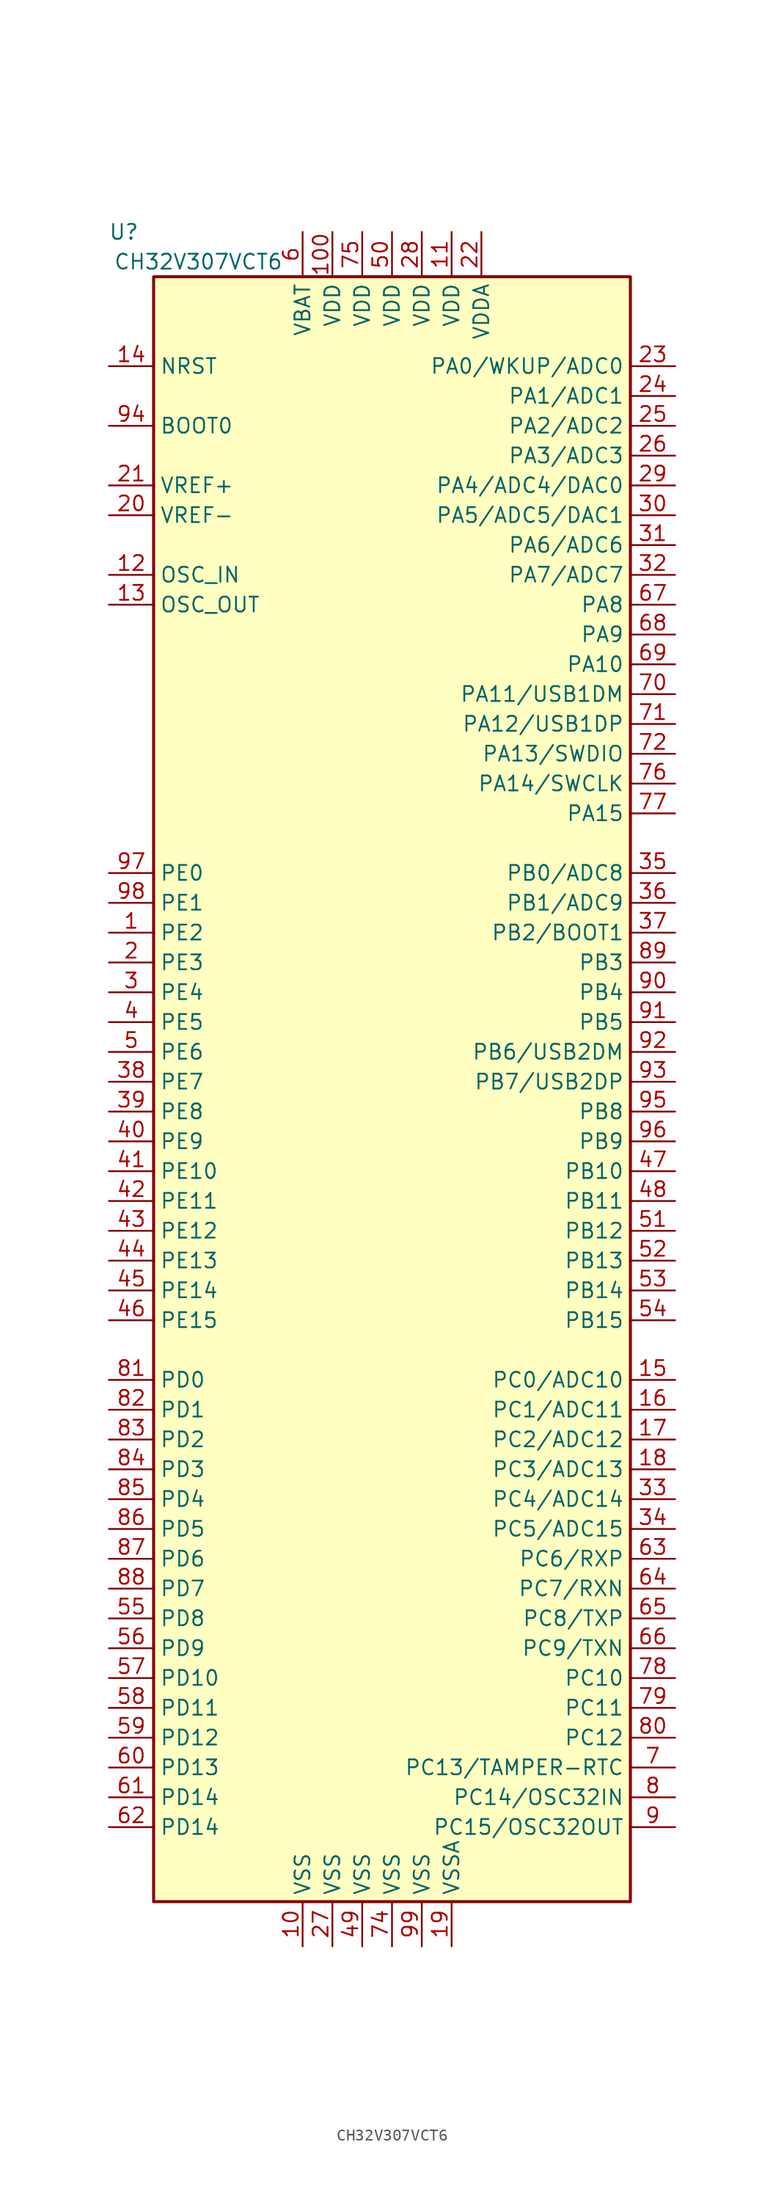
<source format=kicad_sym>
(kicad_symbol_lib
  (version 20220914)
  (generator kicad_symbol_editor)
  (symbol "CH32V307VCT6"
    (property "Reference" "U"
      (at 1.27 11.43 0)
      (effects (font (size 1.27 1.27))))
    (property "Value" "CH32V307VCT6"
      (at 7.62 8.89 0)
      (effects (font (size 1.27 1.27))))
    (symbol "CH32V307VCT6_0_1"
      (rectangle (start 3.81 7.62) (end 44.45 -130.81) (stroke (width 0.254) (type default)) (fill (type background))))
    (symbol "CH32V307VCT6_1_1"
      (pin bidirectional line (at 0 -48.26 0) (length 3.81) (name "PE2" (effects (font (size 1.27 1.27)))) (number "1" (effects (font (size 1.27 1.27)))))
      (pin power_in line (at 16.51 -134.62 90) (length 3.81) (name "VSS" (effects (font (size 1.27 1.27)))) (number "10" (effects (font (size 1.27 1.27)))))
      (pin power_in line (at 19.05 11.43 270) (length 3.81) (name "VDD" (effects (font (size 1.27 1.27)))) (number "100" (effects (font (size 1.27 1.27)))))
      (pin power_in line (at 29.21 11.43 270) (length 3.81) (name "VDD" (effects (font (size 1.27 1.27)))) (number "11" (effects (font (size 1.27 1.27)))))
      (pin bidirectional line (at 0 -17.78 0) (length 3.81) (name "OSC_IN" (effects (font (size 1.27 1.27)))) (number "12" (effects (font (size 1.27 1.27)))))
      (pin bidirectional line (at 0 -20.32 0) (length 3.81) (name "OSC_OUT" (effects (font (size 1.27 1.27)))) (number "13" (effects (font (size 1.27 1.27)))))
      (pin bidirectional line (at 0 0 0) (length 3.81) (name "NRST" (effects (font (size 1.27 1.27)))) (number "14" (effects (font (size 1.27 1.27)))))
      (pin bidirectional line (at 48.26 -86.36 180) (length 3.81) (name "PC0/ADC10" (effects (font (size 1.27 1.27)))) (number "15" (effects (font (size 1.27 1.27)))))
      (pin bidirectional line (at 48.26 -88.9 180) (length 3.81) (name "PC1/ADC11" (effects (font (size 1.27 1.27)))) (number "16" (effects (font (size 1.27 1.27)))))
      (pin bidirectional line (at 48.26 -91.44 180) (length 3.81) (name "PC2/ADC12" (effects (font (size 1.27 1.27)))) (number "17" (effects (font (size 1.27 1.27)))))
      (pin bidirectional line (at 48.26 -93.98 180) (length 3.81) (name "PC3/ADC13" (effects (font (size 1.27 1.27)))) (number "18" (effects (font (size 1.27 1.27)))))
      (pin power_in line (at 29.21 -134.62 90) (length 3.81) (name "VSSA" (effects (font (size 1.27 1.27)))) (number "19" (effects (font (size 1.27 1.27)))))
      (pin bidirectional line (at 0 -50.8 0) (length 3.81) (name "PE3" (effects (font (size 1.27 1.27)))) (number "2" (effects (font (size 1.27 1.27)))))
      (pin power_in line (at 0 -12.7 0) (length 3.81) (name "VREF-" (effects (font (size 1.27 1.27)))) (number "20" (effects (font (size 1.27 1.27)))))
      (pin power_in line (at 0 -10.16 0) (length 3.81) (name "VREF+" (effects (font (size 1.27 1.27)))) (number "21" (effects (font (size 1.27 1.27)))))
      (pin power_in line (at 31.75 11.43 270) (length 3.81) (name "VDDA" (effects (font (size 1.27 1.27)))) (number "22" (effects (font (size 1.27 1.27)))))
      (pin bidirectional line (at 48.26 0 180) (length 3.81) (name "PA0/WKUP/ADC0" (effects (font (size 1.27 1.27)))) (number "23" (effects (font (size 1.27 1.27)))))
      (pin bidirectional line (at 48.26 -2.54 180) (length 3.81) (name "PA1/ADC1" (effects (font (size 1.27 1.27)))) (number "24" (effects (font (size 1.27 1.27)))))
      (pin bidirectional line (at 48.26 -5.08 180) (length 3.81) (name "PA2/ADC2" (effects (font (size 1.27 1.27)))) (number "25" (effects (font (size 1.27 1.27)))))
      (pin bidirectional line (at 48.26 -7.62 180) (length 3.81) (name "PA3/ADC3" (effects (font (size 1.27 1.27)))) (number "26" (effects (font (size 1.27 1.27)))))
      (pin power_in line (at 19.05 -134.62 90) (length 3.81) (name "VSS" (effects (font (size 1.27 1.27)))) (number "27" (effects (font (size 1.27 1.27)))))
      (pin power_in line (at 26.67 11.43 270) (length 3.81) (name "VDD" (effects (font (size 1.27 1.27)))) (number "28" (effects (font (size 1.27 1.27)))))
      (pin bidirectional line (at 48.26 -10.16 180) (length 3.81) (name "PA4/ADC4/DAC0" (effects (font (size 1.27 1.27)))) (number "29" (effects (font (size 1.27 1.27)))))
      (pin bidirectional line (at 0 -53.34 0) (length 3.81) (name "PE4" (effects (font (size 1.27 1.27)))) (number "3" (effects (font (size 1.27 1.27)))))
      (pin bidirectional line (at 48.26 -12.7 180) (length 3.81) (name "PA5/ADC5/DAC1" (effects (font (size 1.27 1.27)))) (number "30" (effects (font (size 1.27 1.27)))))
      (pin bidirectional line (at 48.26 -15.24 180) (length 3.81) (name "PA6/ADC6" (effects (font (size 1.27 1.27)))) (number "31" (effects (font (size 1.27 1.27)))))
      (pin bidirectional line (at 48.26 -17.78 180) (length 3.81) (name "PA7/ADC7" (effects (font (size 1.27 1.27)))) (number "32" (effects (font (size 1.27 1.27)))))
      (pin bidirectional line (at 48.26 -96.52 180) (length 3.81) (name "PC4/ADC14" (effects (font (size 1.27 1.27)))) (number "33" (effects (font (size 1.27 1.27)))))
      (pin bidirectional line (at 48.26 -99.06 180) (length 3.81) (name "PC5/ADC15" (effects (font (size 1.27 1.27)))) (number "34" (effects (font (size 1.27 1.27)))))
      (pin bidirectional line (at 48.26 -43.18 180) (length 3.81) (name "PB0/ADC8" (effects (font (size 1.27 1.27)))) (number "35" (effects (font (size 1.27 1.27)))))
      (pin bidirectional line (at 48.26 -45.72 180) (length 3.81) (name "PB1/ADC9" (effects (font (size 1.27 1.27)))) (number "36" (effects (font (size 1.27 1.27)))))
      (pin bidirectional line (at 48.26 -48.26 180) (length 3.81) (name "PB2/BOOT1" (effects (font (size 1.27 1.27)))) (number "37" (effects (font (size 1.27 1.27)))))
      (pin bidirectional line (at 0 -60.96 0) (length 3.81) (name "PE7" (effects (font (size 1.27 1.27)))) (number "38" (effects (font (size 1.27 1.27)))))
      (pin bidirectional line (at 0 -63.5 0) (length 3.81) (name "PE8" (effects (font (size 1.27 1.27)))) (number "39" (effects (font (size 1.27 1.27)))))
      (pin bidirectional line (at 0 -55.88 0) (length 3.81) (name "PE5" (effects (font (size 1.27 1.27)))) (number "4" (effects (font (size 1.27 1.27)))))
      (pin bidirectional line (at 0 -66.04 0) (length 3.81) (name "PE9" (effects (font (size 1.27 1.27)))) (number "40" (effects (font (size 1.27 1.27)))))
      (pin bidirectional line (at 0 -68.58 0) (length 3.81) (name "PE10" (effects (font (size 1.27 1.27)))) (number "41" (effects (font (size 1.27 1.27)))))
      (pin bidirectional line (at 0 -71.12 0) (length 3.81) (name "PE11" (effects (font (size 1.27 1.27)))) (number "42" (effects (font (size 1.27 1.27)))))
      (pin bidirectional line (at 0 -73.66 0) (length 3.81) (name "PE12" (effects (font (size 1.27 1.27)))) (number "43" (effects (font (size 1.27 1.27)))))
      (pin bidirectional line (at 0 -76.2 0) (length 3.81) (name "PE13" (effects (font (size 1.27 1.27)))) (number "44" (effects (font (size 1.27 1.27)))))
      (pin bidirectional line (at 0 -78.74 0) (length 3.81) (name "PE14" (effects (font (size 1.27 1.27)))) (number "45" (effects (font (size 1.27 1.27)))))
      (pin bidirectional line (at 0 -81.28 0) (length 3.81) (name "PE15" (effects (font (size 1.27 1.27)))) (number "46" (effects (font (size 1.27 1.27)))))
      (pin bidirectional line (at 48.26 -68.58 180) (length 3.81) (name "PB10" (effects (font (size 1.27 1.27)))) (number "47" (effects (font (size 1.27 1.27)))))
      (pin bidirectional line (at 48.26 -71.12 180) (length 3.81) (name "PB11" (effects (font (size 1.27 1.27)))) (number "48" (effects (font (size 1.27 1.27)))))
      (pin power_in line (at 21.59 -134.62 90) (length 3.81) (name "VSS" (effects (font (size 1.27 1.27)))) (number "49" (effects (font (size 1.27 1.27)))))
      (pin bidirectional line (at 0 -58.42 0) (length 3.81) (name "PE6" (effects (font (size 1.27 1.27)))) (number "5" (effects (font (size 1.27 1.27)))))
      (pin power_in line (at 24.13 11.43 270) (length 3.81) (name "VDD" (effects (font (size 1.27 1.27)))) (number "50" (effects (font (size 1.27 1.27)))))
      (pin bidirectional line (at 48.26 -73.66 180) (length 3.81) (name "PB12" (effects (font (size 1.27 1.27)))) (number "51" (effects (font (size 1.27 1.27)))))
      (pin bidirectional line (at 48.26 -76.2 180) (length 3.81) (name "PB13" (effects (font (size 1.27 1.27)))) (number "52" (effects (font (size 1.27 1.27)))))
      (pin bidirectional line (at 48.26 -78.74 180) (length 3.81) (name "PB14" (effects (font (size 1.27 1.27)))) (number "53" (effects (font (size 1.27 1.27)))))
      (pin bidirectional line (at 48.26 -81.28 180) (length 3.81) (name "PB15" (effects (font (size 1.27 1.27)))) (number "54" (effects (font (size 1.27 1.27)))))
      (pin bidirectional line (at 0 -106.68 0) (length 3.81) (name "PD8" (effects (font (size 1.27 1.27)))) (number "55" (effects (font (size 1.27 1.27)))))
      (pin bidirectional line (at 0 -109.22 0) (length 3.81) (name "PD9" (effects (font (size 1.27 1.27)))) (number "56" (effects (font (size 1.27 1.27)))))
      (pin bidirectional line (at 0 -111.76 0) (length 3.81) (name "PD10" (effects (font (size 1.27 1.27)))) (number "57" (effects (font (size 1.27 1.27)))))
      (pin bidirectional line (at 0 -114.3 0) (length 3.81) (name "PD11" (effects (font (size 1.27 1.27)))) (number "58" (effects (font (size 1.27 1.27)))))
      (pin bidirectional line (at 0 -116.84 0) (length 3.81) (name "PD12" (effects (font (size 1.27 1.27)))) (number "59" (effects (font (size 1.27 1.27)))))
      (pin power_in line (at 16.51 11.43 270) (length 3.81) (name "VBAT" (effects (font (size 1.27 1.27)))) (number "6" (effects (font (size 1.27 1.27)))))
      (pin bidirectional line (at 0 -119.38 0) (length 3.81) (name "PD13" (effects (font (size 1.27 1.27)))) (number "60" (effects (font (size 1.27 1.27)))))
      (pin bidirectional line (at 0 -121.92 0) (length 3.81) (name "PD14" (effects (font (size 1.27 1.27)))) (number "61" (effects (font (size 1.27 1.27)))))
      (pin bidirectional line (at 0 -124.46 0) (length 3.81) (name "PD14" (effects (font (size 1.27 1.27)))) (number "62" (effects (font (size 1.27 1.27)))))
      (pin bidirectional line (at 48.26 -101.6 180) (length 3.81) (name "PC6/RXP" (effects (font (size 1.27 1.27)))) (number "63" (effects (font (size 1.27 1.27)))))
      (pin bidirectional line (at 48.26 -104.14 180) (length 3.81) (name "PC7/RXN" (effects (font (size 1.27 1.27)))) (number "64" (effects (font (size 1.27 1.27)))))
      (pin bidirectional line (at 48.26 -106.68 180) (length 3.81) (name "PC8/TXP" (effects (font (size 1.27 1.27)))) (number "65" (effects (font (size 1.27 1.27)))))
      (pin bidirectional line (at 48.26 -109.22 180) (length 3.81) (name "PC9/TXN" (effects (font (size 1.27 1.27)))) (number "66" (effects (font (size 1.27 1.27)))))
      (pin bidirectional line (at 48.26 -20.32 180) (length 3.81) (name "PA8" (effects (font (size 1.27 1.27)))) (number "67" (effects (font (size 1.27 1.27)))))
      (pin bidirectional line (at 48.26 -22.86 180) (length 3.81) (name "PA9" (effects (font (size 1.27 1.27)))) (number "68" (effects (font (size 1.27 1.27)))))
      (pin bidirectional line (at 48.26 -25.4 180) (length 3.81) (name "PA10" (effects (font (size 1.27 1.27)))) (number "69" (effects (font (size 1.27 1.27)))))
      (pin bidirectional line (at 48.26 -119.38 180) (length 3.81) (name "PC13/TAMPER-RTC" (effects (font (size 1.27 1.27)))) (number "7" (effects (font (size 1.27 1.27)))))
      (pin bidirectional line (at 48.26 -27.94 180) (length 3.81) (name "PA11/USB1DM" (effects (font (size 1.27 1.27)))) (number "70" (effects (font (size 1.27 1.27)))))
      (pin bidirectional line (at 48.26 -30.48 180) (length 3.81) (name "PA12/USB1DP" (effects (font (size 1.27 1.27)))) (number "71" (effects (font (size 1.27 1.27)))))
      (pin bidirectional line (at 48.26 -33.02 180) (length 3.81) (name "PA13/SWDIO" (effects (font (size 1.27 1.27)))) (number "72" (effects (font (size 1.27 1.27)))))
      (pin no_connect line (at 0 -38.1 0) (length 3.81) hide (name "NC" (effects (font (size 1.27 1.27)))) (number "73" (effects (font (size 1.27 1.27)))))
      (pin power_in line (at 24.13 -134.62 90) (length 3.81) (name "VSS" (effects (font (size 1.27 1.27)))) (number "74" (effects (font (size 1.27 1.27)))))
      (pin power_in line (at 21.59 11.43 270) (length 3.81) (name "VDD" (effects (font (size 1.27 1.27)))) (number "75" (effects (font (size 1.27 1.27)))))
      (pin bidirectional line (at 48.26 -35.56 180) (length 3.81) (name "PA14/SWCLK" (effects (font (size 1.27 1.27)))) (number "76" (effects (font (size 1.27 1.27)))))
      (pin bidirectional line (at 48.26 -38.1 180) (length 3.81) (name "PA15" (effects (font (size 1.27 1.27)))) (number "77" (effects (font (size 1.27 1.27)))))
      (pin bidirectional line (at 48.26 -111.76 180) (length 3.81) (name "PC10" (effects (font (size 1.27 1.27)))) (number "78" (effects (font (size 1.27 1.27)))))
      (pin bidirectional line (at 48.26 -114.3 180) (length 3.81) (name "PC11" (effects (font (size 1.27 1.27)))) (number "79" (effects (font (size 1.27 1.27)))))
      (pin bidirectional line (at 48.26 -121.92 180) (length 3.81) (name "PC14/OSC32IN" (effects (font (size 1.27 1.27)))) (number "8" (effects (font (size 1.27 1.27)))))
      (pin bidirectional line (at 48.26 -116.84 180) (length 3.81) (name "PC12" (effects (font (size 1.27 1.27)))) (number "80" (effects (font (size 1.27 1.27)))))
      (pin bidirectional line (at 0 -86.36 0) (length 3.81) (name "PD0" (effects (font (size 1.27 1.27)))) (number "81" (effects (font (size 1.27 1.27)))))
      (pin bidirectional line (at 0 -88.9 0) (length 3.81) (name "PD1" (effects (font (size 1.27 1.27)))) (number "82" (effects (font (size 1.27 1.27)))))
      (pin bidirectional line (at 0 -91.44 0) (length 3.81) (name "PD2" (effects (font (size 1.27 1.27)))) (number "83" (effects (font (size 1.27 1.27)))))
      (pin bidirectional line (at 0 -93.98 0) (length 3.81) (name "PD3" (effects (font (size 1.27 1.27)))) (number "84" (effects (font (size 1.27 1.27)))))
      (pin bidirectional line (at 0 -96.52 0) (length 3.81) (name "PD4" (effects (font (size 1.27 1.27)))) (number "85" (effects (font (size 1.27 1.27)))))
      (pin bidirectional line (at 0 -99.06 0) (length 3.81) (name "PD5" (effects (font (size 1.27 1.27)))) (number "86" (effects (font (size 1.27 1.27)))))
      (pin bidirectional line (at 0 -101.6 0) (length 3.81) (name "PD6" (effects (font (size 1.27 1.27)))) (number "87" (effects (font (size 1.27 1.27)))))
      (pin bidirectional line (at 0 -104.14 0) (length 3.81) (name "PD7" (effects (font (size 1.27 1.27)))) (number "88" (effects (font (size 1.27 1.27)))))
      (pin bidirectional line (at 48.26 -50.8 180) (length 3.81) (name "PB3" (effects (font (size 1.27 1.27)))) (number "89" (effects (font (size 1.27 1.27)))))
      (pin bidirectional line (at 48.26 -124.46 180) (length 3.81) (name "PC15/OSC32OUT" (effects (font (size 1.27 1.27)))) (number "9" (effects (font (size 1.27 1.27)))))
      (pin bidirectional line (at 48.26 -53.34 180) (length 3.81) (name "PB4" (effects (font (size 1.27 1.27)))) (number "90" (effects (font (size 1.27 1.27)))))
      (pin bidirectional line (at 48.26 -55.88 180) (length 3.81) (name "PB5" (effects (font (size 1.27 1.27)))) (number "91" (effects (font (size 1.27 1.27)))))
      (pin bidirectional line (at 48.26 -58.42 180) (length 3.81) (name "PB6/USB2DM" (effects (font (size 1.27 1.27)))) (number "92" (effects (font (size 1.27 1.27)))))
      (pin bidirectional line (at 48.26 -60.96 180) (length 3.81) (name "PB7/USB2DP" (effects (font (size 1.27 1.27)))) (number "93" (effects (font (size 1.27 1.27)))))
      (pin bidirectional line (at 0 -5.08 0) (length 3.81) (name "BOOT0" (effects (font (size 1.27 1.27)))) (number "94" (effects (font (size 1.27 1.27)))))
      (pin bidirectional line (at 48.26 -63.5 180) (length 3.81) (name "PB8" (effects (font (size 1.27 1.27)))) (number "95" (effects (font (size 1.27 1.27)))))
      (pin bidirectional line (at 48.26 -66.04 180) (length 3.81) (name "PB9" (effects (font (size 1.27 1.27)))) (number "96" (effects (font (size 1.27 1.27)))))
      (pin bidirectional line (at 0 -43.18 0) (length 3.81) (name "PE0" (effects (font (size 1.27 1.27)))) (number "97" (effects (font (size 1.27 1.27)))))
      (pin bidirectional line (at 0 -45.72 0) (length 3.81) (name "PE1" (effects (font (size 1.27 1.27)))) (number "98" (effects (font (size 1.27 1.27)))))
      (pin power_in line (at 26.67 -134.62 90) (length 3.81) (name "VSS" (effects (font (size 1.27 1.27)))) (number "99" (effects (font (size 1.27 1.27))))))))
</source>
